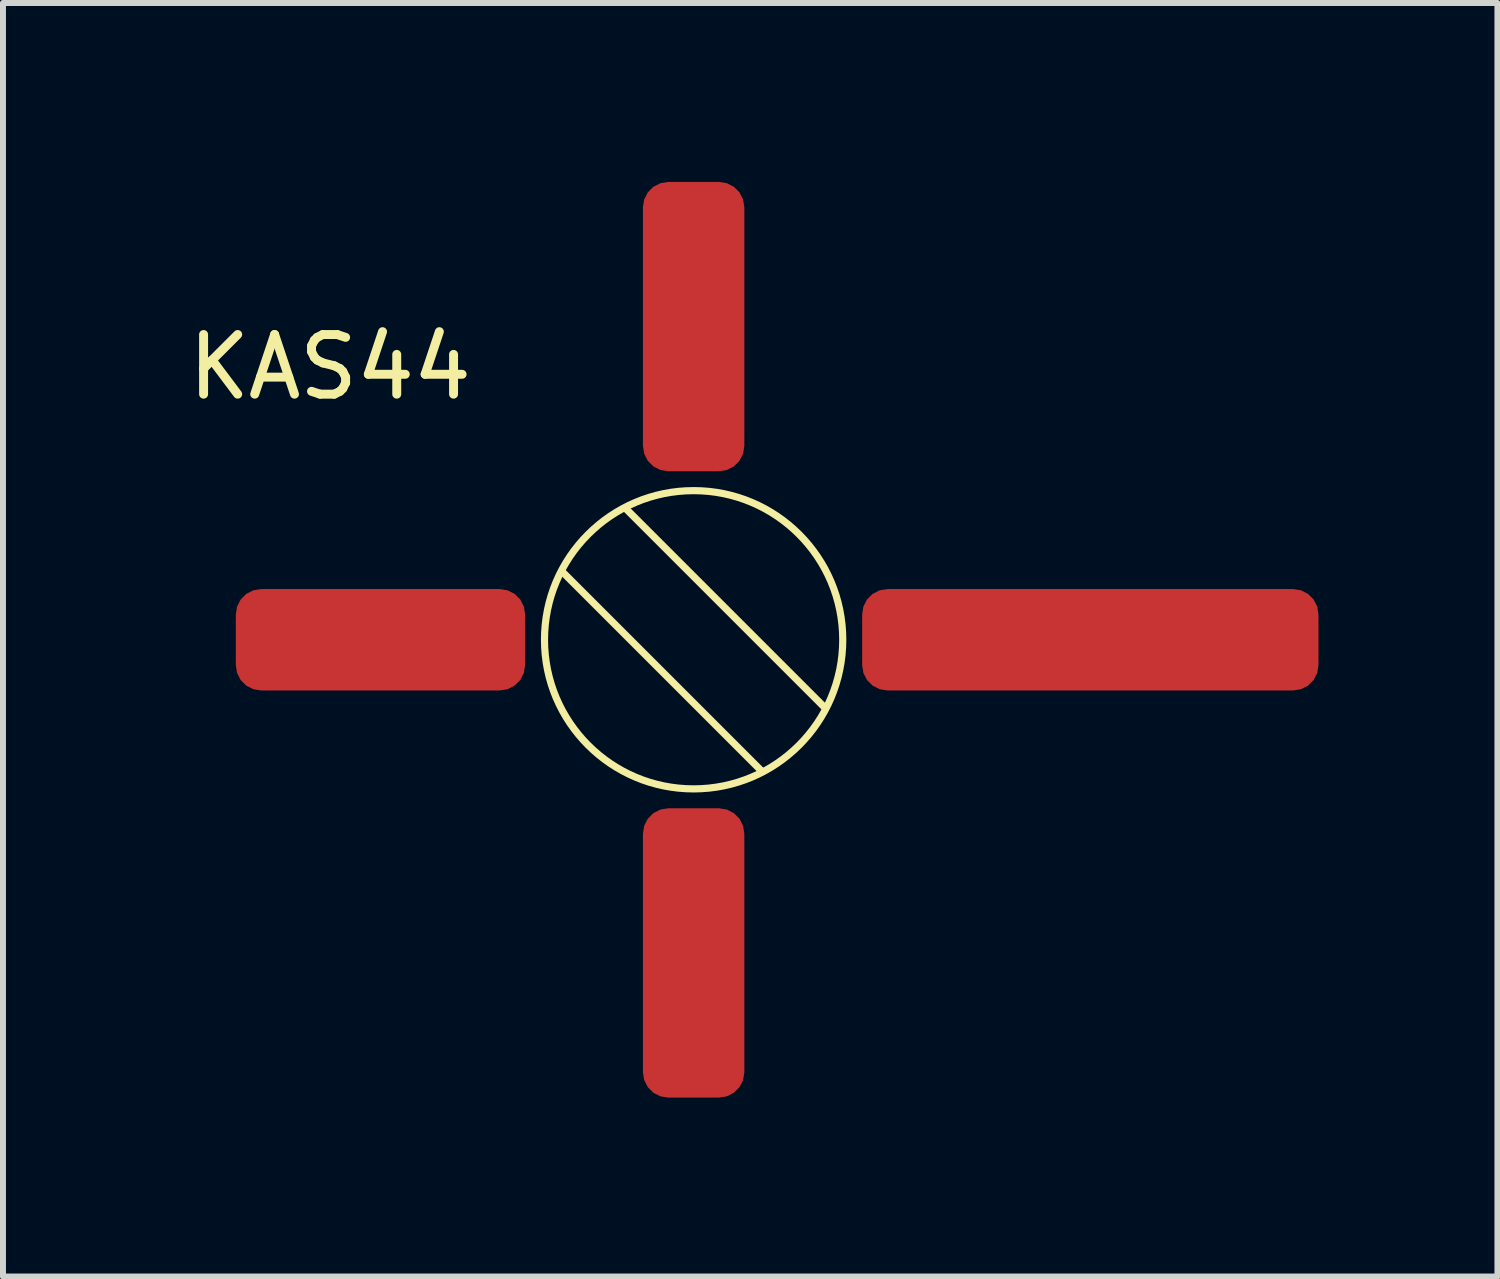
<source format=kicad_pcb>
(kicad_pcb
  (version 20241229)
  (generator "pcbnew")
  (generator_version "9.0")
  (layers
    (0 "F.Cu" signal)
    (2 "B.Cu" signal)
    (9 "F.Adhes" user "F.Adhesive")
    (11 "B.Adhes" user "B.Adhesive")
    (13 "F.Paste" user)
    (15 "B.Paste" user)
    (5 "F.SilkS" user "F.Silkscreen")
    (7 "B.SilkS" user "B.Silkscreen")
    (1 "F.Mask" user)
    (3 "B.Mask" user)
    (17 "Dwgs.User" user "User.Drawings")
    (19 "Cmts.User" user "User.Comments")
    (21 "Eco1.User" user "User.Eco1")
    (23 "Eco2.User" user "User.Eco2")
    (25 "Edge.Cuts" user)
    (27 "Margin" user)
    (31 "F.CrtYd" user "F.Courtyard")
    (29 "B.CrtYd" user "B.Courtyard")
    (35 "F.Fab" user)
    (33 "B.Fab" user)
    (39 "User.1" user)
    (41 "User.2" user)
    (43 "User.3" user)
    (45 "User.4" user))
  (footprint "KAS44"
    (layer "F.Cu")
    (at 8.578 7.675)
    (property "Reference" "KAS44" (at -6.096 -4.572 0) (unlocked yes) (layer "F.SilkS") (effects (font (size 1 1) (thickness 0.15))))
    (attr smd)
    (fp_line (start -2.21 -1.149) (end 1.149 2.21) (stroke (width 0.12) (type solid)) (layer "F.SilkS"))
    (fp_line (start 2.21 1.149) (end -1.149 -2.21) (stroke (width 0.12) (type solid)) (layer "F.SilkS"))
    (fp_circle (center 0 0) (end 2.5 0) (stroke (width 0.12) (type solid)) (fill no) (layer "F.SilkS"))
    (pad "1" smd roundrect (at -5.25 0) (size 4.85 1.7) (layers "F.Cu" "F.Mask" "F.Paste") (roundrect_rratio 0.25))
    (pad "2" smd roundrect (at 0 5.25 270) (size 4.85 1.7) (layers "F.Cu" "F.Mask" "F.Paste") (roundrect_rratio 0.25))
    (pad "3" smd roundrect (at 6.65 0) (size 7.65 1.7) (layers "F.Cu" "F.Mask" "F.Paste") (roundrect_rratio 0.25))
    (pad "4" smd roundrect (at 0 -5.25 90) (size 4.85 1.7) (layers "F.Cu" "F.Mask" "F.Paste") (roundrect_rratio 0.25)))
  (gr_rect
    (start -3 -3)
    (end 22.053 18.35)
    (stroke (width 0.1) (type default))
    (fill no)
    (layer "Edge.Cuts")))
</source>
